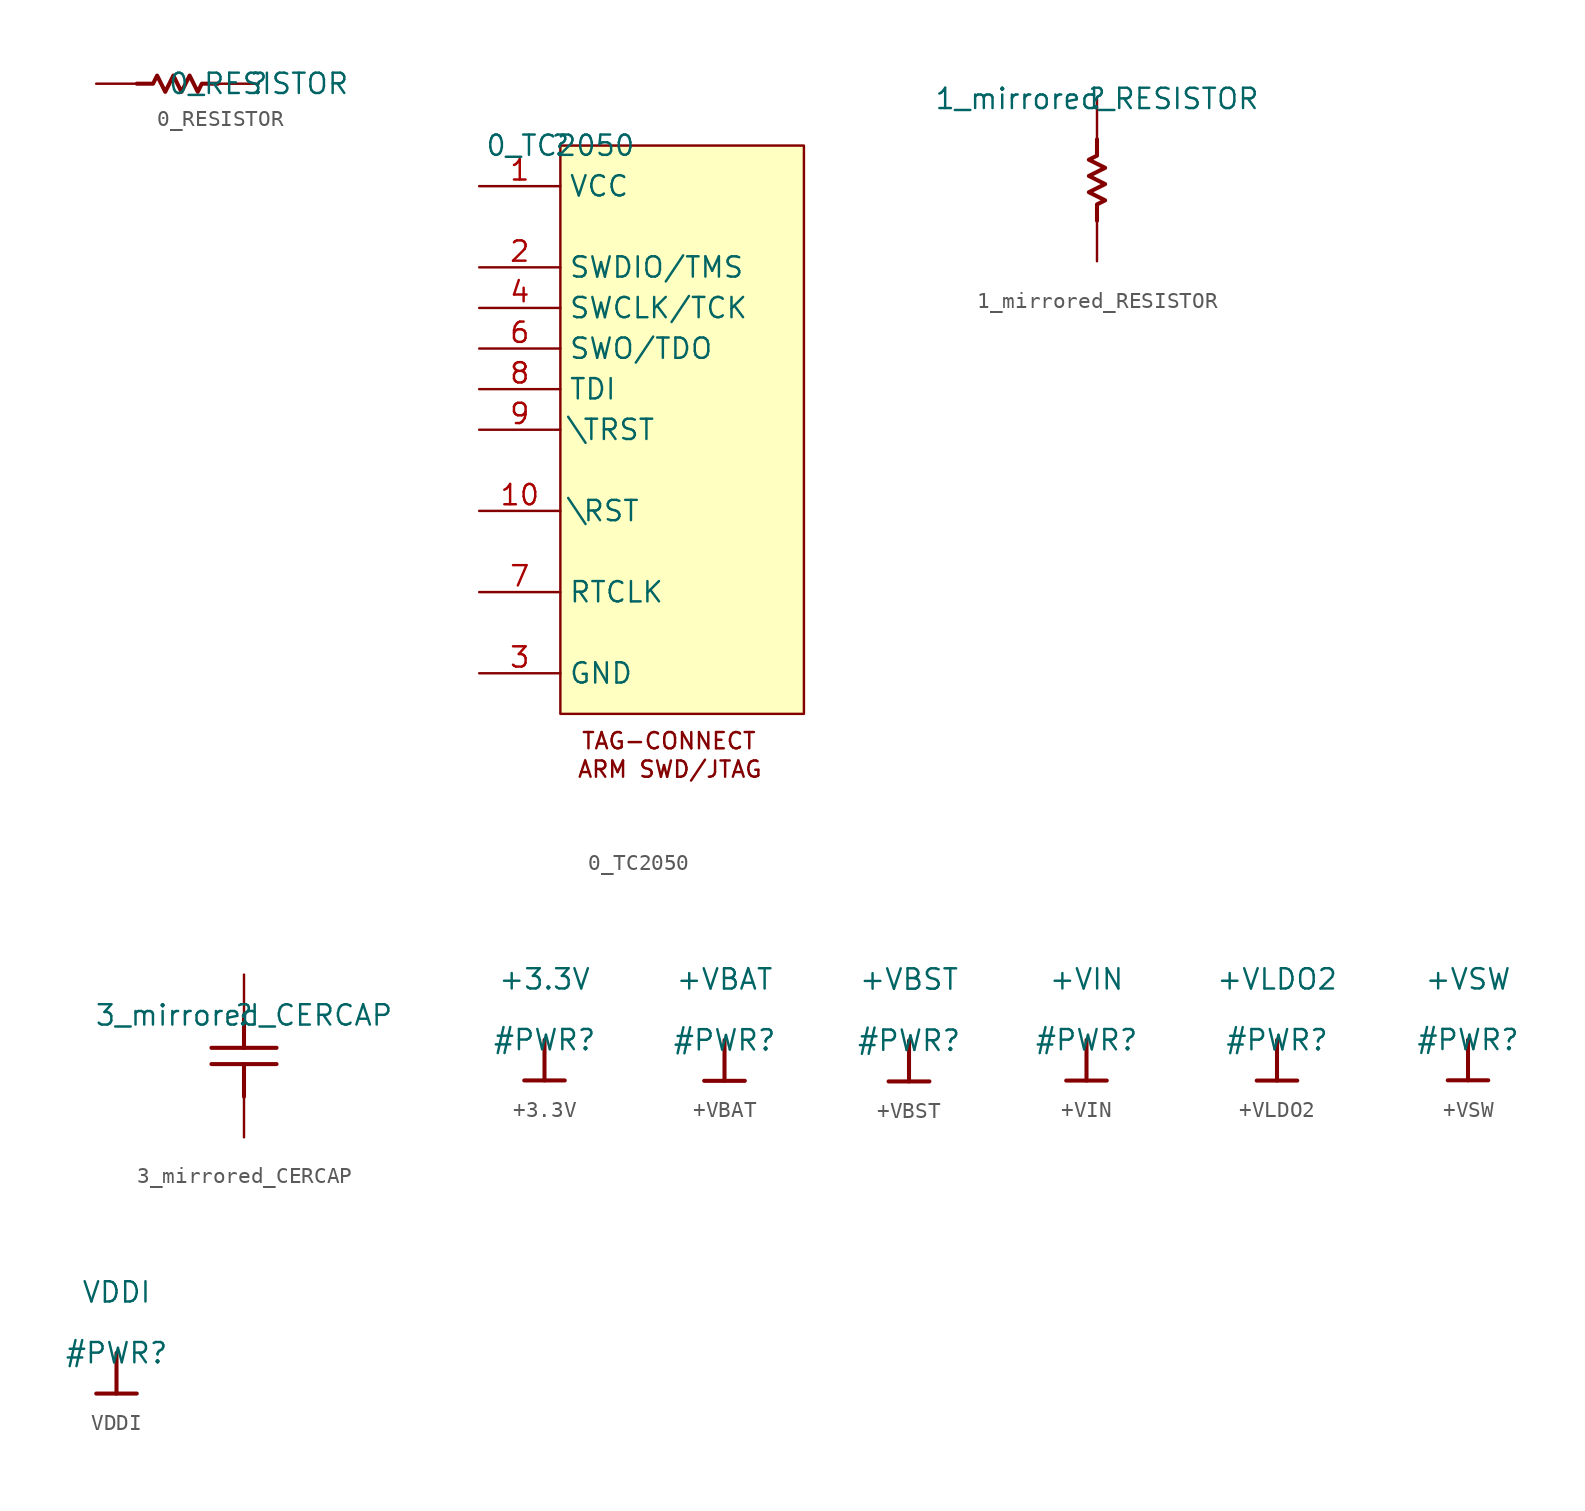
<source format=kicad_sym>
(kicad_symbol_lib
  (version 20210619)
  (generator kicad_symbol_editor)
  (symbol "OSD19001_CORE-altium-import:0_RESISTOR"
    (property "Reference" ""
      (at 0 0 0)
      (effects (font (size 1.27 1.27))))
    (property "Value" "0_RESISTOR"
      (at 0 0 0)
      (effects (font (size 1.27 1.27))))
    (symbol "0_RESISTOR_1_0"
      (polyline (pts (xy -2.54 0) (xy -3.556 0) (xy -3.81 -0.508) (xy -4.318 0.508) (xy -4.826 -0.508) (xy -5.334 0.508) (xy -5.842 -0.508) (xy -6.35 0.508) (xy -6.604 0) (xy -7.62 0)) (stroke (width 0.254)) (fill (type none)))
      (pin passive line (at -10.16 0 0) (length 2.54) (name "1" (effects (font (size 0 0)))) (number "1" (effects (font (size 0 0)))))
      (pin passive line (at 0 0 180) (length 2.54) (name "2" (effects (font (size 0 0)))) (number "2" (effects (font (size 0 0)))))))
  (symbol "OSD19001_CORE-altium-import:0_TC2050"
    (property "Reference" ""
      (at 0 0 0)
      (effects (font (size 1.27 1.27))))
    (property "Value" "0_TC2050"
      (at 0 0 0)
      (effects (font (size 1.27 1.27))))
    (symbol "0_TC2050_1_0"
      (text "ARM SWD/JTAG" (at 1.016 -39.624 0) (effects (font (size 1.016 1.016)) (justify left bottom)))
      (text "TAG-CONNECT" (at 1.27 -37.846 0) (effects (font (size 1.016 1.016)) (justify left bottom)))
      (rectangle (start 15.24 0) (end 0 -35.56) (stroke (width 0)) (fill (type background)))
      (pin passive line (at -5.08 -27.94 0) (length 5.08) (name "RTCLK" (effects (font (size 1.27 1.27)))) (number "7" (effects (font (size 1.27 1.27)))))
      (pin passive line (at -5.08 -2.54 0) (length 5.08) (name "VCC" (effects (font (size 1.27 1.27)))) (number "1" (effects (font (size 1.27 1.27)))))
      (pin passive line (at -5.08 -22.86 0) (length 5.08) (name "\\RST" (effects (font (size 1.27 1.27)))) (number "10" (effects (font (size 1.27 1.27)))))
      (pin passive line (at -5.08 -7.62 0) (length 5.08) (name "SWDIO/TMS" (effects (font (size 1.27 1.27)))) (number "2" (effects (font (size 1.27 1.27)))))
      (pin passive line (at -5.08 -33.02 0) (length 5.08) (name "GND" (effects (font (size 1.27 1.27)))) (number "3" (effects (font (size 1.27 1.27)))))
      (pin passive line (at -5.08 -10.16 0) (length 5.08) (name "SWCLK/TCK" (effects (font (size 1.27 1.27)))) (number "4" (effects (font (size 1.27 1.27)))))
      (pin passive line (at -5.08 -12.7 0) (length 5.08) (name "SWO/TDO" (effects (font (size 1.27 1.27)))) (number "6" (effects (font (size 1.27 1.27)))))
      (pin passive line (at -5.08 -15.24 0) (length 5.08) (name "TDI" (effects (font (size 1.27 1.27)))) (number "8" (effects (font (size 1.27 1.27)))))
      (pin passive line (at -5.08 -17.78 0) (length 5.08) (name "\\TRST" (effects (font (size 1.27 1.27)))) (number "9" (effects (font (size 1.27 1.27)))))))
  (symbol "OSD19001_CORE-altium-import:1_mirrored_RESISTOR"
    (property "Reference" ""
      (at 0 0 0)
      (effects (font (size 1.27 1.27))))
    (property "Value" "1_mirrored_RESISTOR"
      (at 0 0 0)
      (effects (font (size 1.27 1.27))))
    (symbol "1_mirrored_RESISTOR_1_0"
      (polyline (pts (xy 0 -2.54) (xy 0 -3.556) (xy -0.508 -3.81) (xy 0.508 -4.318) (xy -0.508 -4.826) (xy 0.508 -5.334) (xy -0.508 -5.842) (xy 0.508 -6.35) (xy 0 -6.604) (xy 0 -7.62)) (stroke (width 0.254)) (fill (type none)))
      (pin passive line (at 0 -10.16 90) (length 2.54) (name "1" (effects (font (size 0 0)))) (number "1" (effects (font (size 0 0)))))
      (pin passive line (at 0 0 270) (length 2.54) (name "2" (effects (font (size 0 0)))) (number "2" (effects (font (size 0 0)))))))
  (symbol "OSD19001_CORE-altium-import:3_mirrored_CERCAP"
    (property "Reference" ""
      (at 0 0 0)
      (effects (font (size 1.27 1.27))))
    (property "Value" "3_mirrored_CERCAP"
      (at 0 0 0)
      (effects (font (size 1.27 1.27))))
    (symbol "3_mirrored_CERCAP_1_0"
      (polyline (pts (xy 0 -5.08) (xy 0 -3.048)) (stroke (width 0.254)) (fill (type none)))
      (polyline (pts (xy -2.032 -3.048) (xy 2.032 -3.048)) (stroke (width 0.254)) (fill (type none)))
      (polyline (pts (xy 0 0) (xy 0 -2.032)) (stroke (width 0.254)) (fill (type none)))
      (polyline (pts (xy 2.032 -2.032) (xy -2.032 -2.032)) (stroke (width 0.254)) (fill (type none)))
      (pin passive line (at 0 2.54 270) (length 2.54) (name "1" (effects (font (size 0 0)))) (number "1" (effects (font (size 0 0)))))
      (pin passive line (at 0 -7.62 90) (length 2.54) (name "2" (effects (font (size 0 0)))) (number "2" (effects (font (size 0 0)))))))
  (symbol "OSD19001_CORE-altium-import:+3.3V"
    (power)
    (property "Reference" "#PWR"
      (at 0 0 0)
      (effects (font (size 1.27 1.27))))
    (property "Value" "+3.3V"
      (at 0 3.81 0)
      (effects (font (size 1.27 1.27))))
    (symbol "+3.3V_0_0"
      (polyline (pts (xy -1.27 -2.54) (xy 1.27 -2.54)) (stroke (width 0.254)) (fill (type none)))
      (polyline (pts (xy 0 0) (xy 0 -2.54)) (stroke (width 0.254)) (fill (type none)))
      (pin power_in line (at 0 0 0) (length 0) hide (name "+3.3V" (effects (font (size 1.27 1.27)))) (number "" (effects (font (size 1.27 1.27)))))))
  (symbol "OSD19001_CORE-altium-import:+VBAT"
    (power)
    (property "Reference" "#PWR"
      (at 0 0 0)
      (effects (font (size 1.27 1.27))))
    (property "Value" "+VBAT"
      (at 0 3.81 0)
      (effects (font (size 1.27 1.27))))
    (symbol "+VBAT_0_0"
      (polyline (pts (xy -1.27 -2.54) (xy 1.27 -2.54)) (stroke (width 0.254)) (fill (type none)))
      (polyline (pts (xy 0 0) (xy 0 -2.54)) (stroke (width 0.254)) (fill (type none)))
      (pin power_in line (at 0 0 0) (length 0) hide (name "+VBAT" (effects (font (size 1.27 1.27)))) (number "" (effects (font (size 1.27 1.27)))))))
  (symbol "OSD19001_CORE-altium-import:+VBST"
    (power)
    (property "Reference" "#PWR"
      (at 0 0 0)
      (effects (font (size 1.27 1.27))))
    (property "Value" "+VBST"
      (at 0 3.81 0)
      (effects (font (size 1.27 1.27))))
    (symbol "+VBST_0_0"
      (polyline (pts (xy -1.27 -2.54) (xy 1.27 -2.54)) (stroke (width 0.254)) (fill (type none)))
      (polyline (pts (xy 0 0) (xy 0 -2.54)) (stroke (width 0.254)) (fill (type none)))
      (pin power_in line (at 0 0 0) (length 0) hide (name "+VBST" (effects (font (size 1.27 1.27)))) (number "" (effects (font (size 1.27 1.27)))))))
  (symbol "OSD19001_CORE-altium-import:+VIN"
    (power)
    (property "Reference" "#PWR"
      (at 0 0 0)
      (effects (font (size 1.27 1.27))))
    (property "Value" "+VIN"
      (at 0 3.81 0)
      (effects (font (size 1.27 1.27))))
    (symbol "+VIN_0_0"
      (polyline (pts (xy -1.27 -2.54) (xy 1.27 -2.54)) (stroke (width 0.254)) (fill (type none)))
      (polyline (pts (xy 0 0) (xy 0 -2.54)) (stroke (width 0.254)) (fill (type none)))
      (pin power_in line (at 0 0 0) (length 0) hide (name "+VIN" (effects (font (size 1.27 1.27)))) (number "" (effects (font (size 1.27 1.27)))))))
  (symbol "OSD19001_CORE-altium-import:+VLDO2"
    (power)
    (property "Reference" "#PWR"
      (at 0 0 0)
      (effects (font (size 1.27 1.27))))
    (property "Value" "+VLDO2"
      (at 0 3.81 0)
      (effects (font (size 1.27 1.27))))
    (symbol "+VLDO2_0_0"
      (polyline (pts (xy -1.27 -2.54) (xy 1.27 -2.54)) (stroke (width 0.254)) (fill (type none)))
      (polyline (pts (xy 0 0) (xy 0 -2.54)) (stroke (width 0.254)) (fill (type none)))
      (pin power_in line (at 0 0 0) (length 0) hide (name "+VLDO2" (effects (font (size 1.27 1.27)))) (number "" (effects (font (size 1.27 1.27)))))))
  (symbol "OSD19001_CORE-altium-import:+VSW"
    (power)
    (property "Reference" "#PWR"
      (at 0 0 0)
      (effects (font (size 1.27 1.27))))
    (property "Value" "+VSW"
      (at 0 3.81 0)
      (effects (font (size 1.27 1.27))))
    (symbol "+VSW_0_0"
      (polyline (pts (xy -1.27 -2.54) (xy 1.27 -2.54)) (stroke (width 0.254)) (fill (type none)))
      (polyline (pts (xy 0 0) (xy 0 -2.54)) (stroke (width 0.254)) (fill (type none)))
      (pin power_in line (at 0 0 0) (length 0) hide (name "+VSW" (effects (font (size 1.27 1.27)))) (number "" (effects (font (size 1.27 1.27)))))))
  (symbol "OSD19001_CORE-altium-import:VDDI"
    (power)
    (property "Reference" "#PWR"
      (at 0 0 0)
      (effects (font (size 1.27 1.27))))
    (property "Value" "VDDI"
      (at 0 3.81 0)
      (effects (font (size 1.27 1.27))))
    (symbol "VDDI_0_0"
      (polyline (pts (xy -1.27 -2.54) (xy 1.27 -2.54)) (stroke (width 0.254)) (fill (type none)))
      (polyline (pts (xy 0 0) (xy 0 -2.54)) (stroke (width 0.254)) (fill (type none)))
      (pin power_in line (at 0 0 0) (length 0) hide (name "VDDI" (effects (font (size 1.27 1.27)))) (number "" (effects (font (size 1.27 1.27))))))))
</source>
